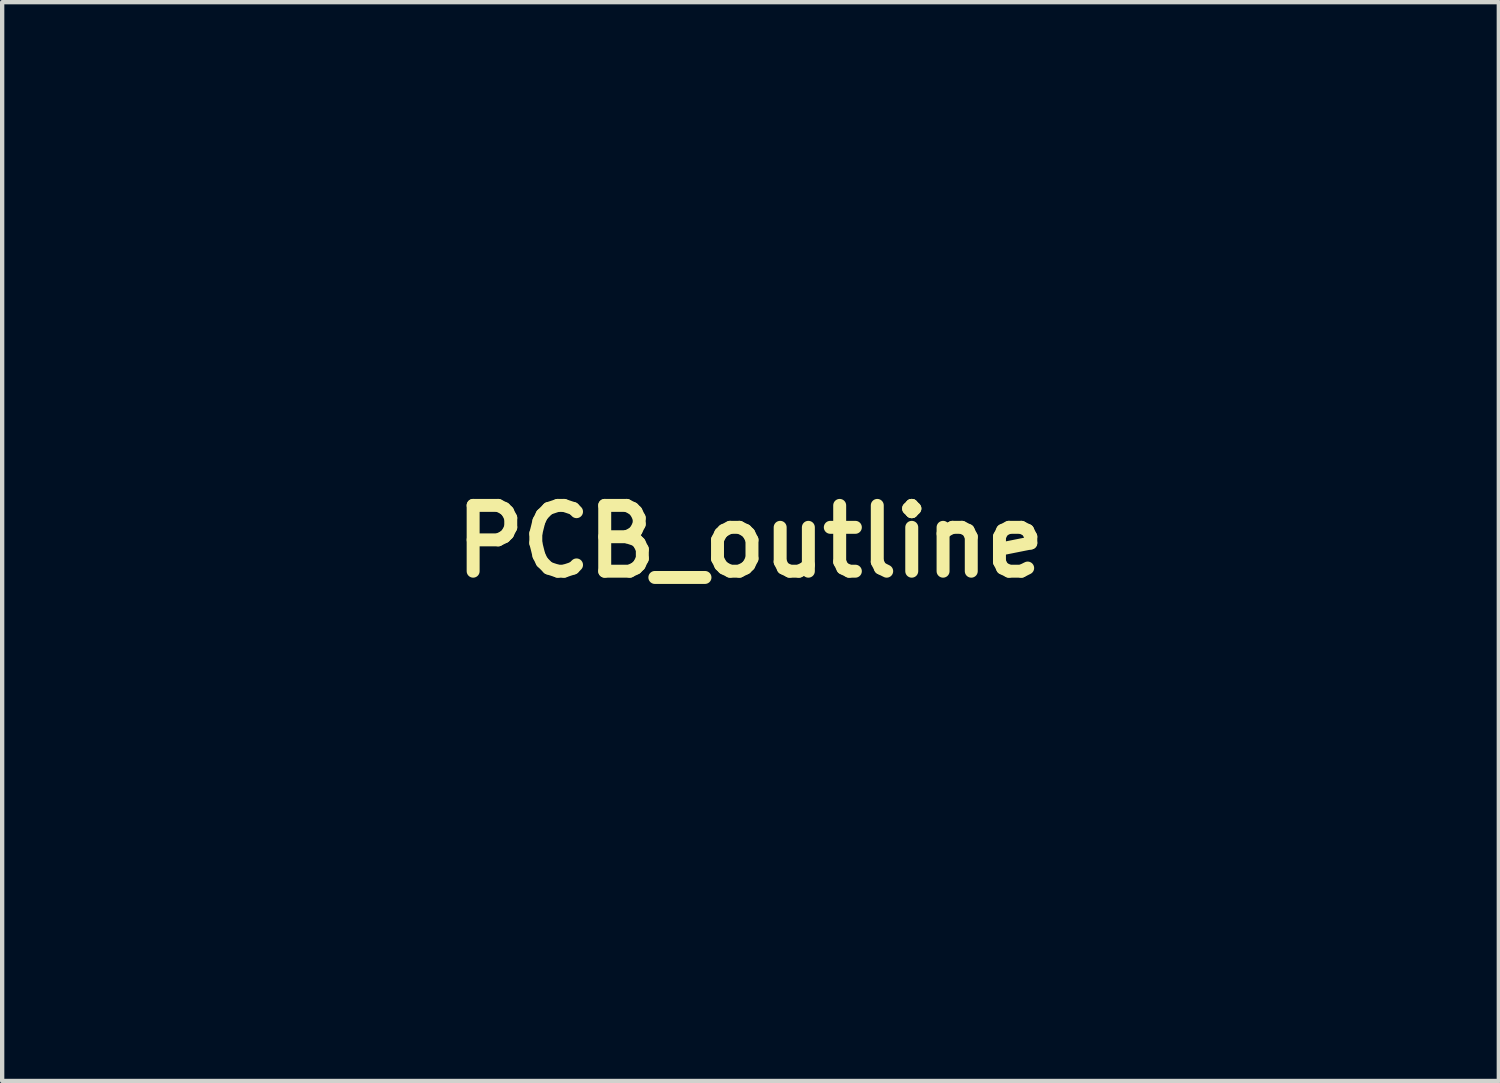
<source format=kicad_pcb>
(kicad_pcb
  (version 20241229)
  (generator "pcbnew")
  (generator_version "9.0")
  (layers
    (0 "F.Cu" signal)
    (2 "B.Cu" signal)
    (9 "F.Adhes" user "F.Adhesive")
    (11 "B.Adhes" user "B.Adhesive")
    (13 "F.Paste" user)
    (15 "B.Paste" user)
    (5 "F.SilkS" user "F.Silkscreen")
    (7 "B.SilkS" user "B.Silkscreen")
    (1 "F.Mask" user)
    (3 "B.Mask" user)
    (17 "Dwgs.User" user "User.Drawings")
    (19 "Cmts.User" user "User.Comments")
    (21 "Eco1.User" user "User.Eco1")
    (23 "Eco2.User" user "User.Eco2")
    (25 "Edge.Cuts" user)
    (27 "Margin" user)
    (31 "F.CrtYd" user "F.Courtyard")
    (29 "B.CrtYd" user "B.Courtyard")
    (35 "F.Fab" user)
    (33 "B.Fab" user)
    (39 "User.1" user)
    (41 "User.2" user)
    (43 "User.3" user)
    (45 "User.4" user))
  (footprint "PCB_outline"
    (layer "F.Cu")
    (at 14.333 9.492)
    (property "Reference" "PCB_outline" (at 0 0 0) (layer "F.SilkS") (effects (font (size 1.524 1.524) (thickness 0.3))))
    (attr board_only exclude_from_pos_files exclude_from_bom)
    (fp_poly (pts (xy -7.105 -9.442) (xy -6.944 -9.439) (xy -6.783 -9.433) (xy -6.627 -9.424) (xy -6.495 -9.413) (xy -6.414 -9.405) (xy -6.326 -9.395) (xy -6.232 -9.383) (xy -6.136 -9.37) (xy -6.041 -9.356) (xy -5.951 -9.342) (xy -5.868 -9.328) (xy -5.795 -9.314) (xy -5.746 -9.304) (xy -5.726 -9.299) (xy -5.694 -9.292) (xy -5.653 -9.283) (xy -5.606 -9.272) (xy -5.564 -9.263) (xy -5.394 -9.222) (xy -5.215 -9.174) (xy -5.033 -9.12) (xy -4.851 -9.061) (xy -4.675 -8.998) (xy -4.658 -8.992) (xy -4.613 -8.975) (xy -4.571 -8.959) (xy -4.537 -8.946) (xy -4.513 -8.936) (xy -4.502 -8.932) (xy -4.49 -8.926) (xy -4.465 -8.916) (xy -4.431 -8.901) (xy -4.39 -8.884) (xy -4.348 -8.866) (xy -4.131 -8.769) (xy -3.909 -8.66) (xy -3.687 -8.541) (xy -3.469 -8.415) (xy -3.259 -8.283) (xy -3.205 -8.248) (xy -2.929 -8.054) (xy -2.663 -7.848) (xy -2.408 -7.63) (xy -2.164 -7.401) (xy -1.931 -7.161) (xy -1.71 -6.911) (xy -1.502 -6.651) (xy -1.305 -6.382) (xy -1.121 -6.104) (xy -0.951 -5.817) (xy -0.793 -5.523) (xy -0.65 -5.222) (xy -0.521 -4.913) (xy -0.406 -4.598) (xy -0.306 -4.277) (xy -0.264 -4.121) (xy -0.221 -3.959) (xy 2.189 -2.985) (xy 4.599 -2.011) (xy 7.578 -2.008) (xy 7.841 -2.008) (xy 8.088 -2.007) (xy 8.32 -2.007) (xy 8.537 -2.007) (xy 8.74 -2.007) (xy 8.93 -2.006) (xy 9.106 -2.006) (xy 9.269 -2.006) (xy 9.42 -2.005) (xy 9.559 -2.005) (xy 9.687 -2.005) (xy 9.804 -2.004) (xy 9.91 -2.004) (xy 10.007 -2.004) (xy 10.095 -2.003) (xy 10.173 -2.003) (xy 10.244 -2.002) (xy 10.306 -2.002) (xy 10.361 -2.001) (xy 10.409 -2.001) (xy 10.451 -2) (xy 10.487 -1.999) (xy 10.517 -1.998) (xy 10.542 -1.998) (xy 10.563 -1.997) (xy 10.58 -1.996) (xy 10.594 -1.995) (xy 10.604 -1.994) (xy 10.612 -1.993) (xy 10.617 -1.992) (xy 10.746 -1.961) (xy 10.862 -1.924) (xy 10.968 -1.88) (xy 11.065 -1.828) (xy 11.157 -1.766) (xy 11.246 -1.694) (xy 11.319 -1.625) (xy 11.416 -1.518) (xy 11.498 -1.407) (xy 11.567 -1.29) (xy 11.621 -1.166) (xy 11.664 -1.034) (xy 11.667 -1.021) (xy 11.676 -0.983) (xy 11.684 -0.945) (xy 11.69 -0.907) (xy 11.694 -0.865) (xy 11.698 -0.819) (xy 11.7 -0.765) (xy 11.702 -0.701) (xy 11.703 -0.626) (xy 11.703 -0.537) (xy 11.703 -0.53) (xy 11.703 -0.252) (xy 11.811 -0.186) (xy 12.045 -0.032) (xy 12.272 0.135) (xy 12.491 0.315) (xy 12.699 0.505) (xy 12.895 0.705) (xy 13.078 0.912) (xy 13.255 1.137) (xy 13.419 1.371) (xy 13.571 1.614) (xy 13.708 1.865) (xy 13.832 2.122) (xy 13.942 2.385) (xy 14.037 2.653) (xy 14.116 2.925) (xy 14.159 3.101) (xy 14.215 3.39) (xy 14.255 3.678) (xy 14.279 3.967) (xy 14.287 4.255) (xy 14.278 4.544) (xy 14.254 4.831) (xy 14.228 5.026) (xy 14.177 5.31) (xy 14.11 5.59) (xy 14.028 5.864) (xy 13.932 6.133) (xy 13.822 6.395) (xy 13.697 6.65) (xy 13.559 6.898) (xy 13.408 7.138) (xy 13.244 7.369) (xy 13.067 7.592) (xy 12.878 7.804) (xy 12.678 8.007) (xy 12.466 8.199) (xy 12.242 8.38) (xy 12.008 8.549) (xy 11.914 8.611) (xy 11.667 8.762) (xy 11.413 8.899) (xy 11.152 9.02) (xy 10.885 9.127) (xy 10.611 9.219) (xy 10.331 9.296) (xy 10.045 9.358) (xy 9.753 9.405) (xy 9.584 9.426) (xy 9.528 9.43) (xy 9.46 9.435) (xy 9.383 9.439) (xy 9.298 9.442) (xy 9.211 9.445) (xy 9.123 9.446) (xy 9.039 9.448) (xy 8.961 9.448) (xy 8.893 9.447) (xy 8.842 9.445) (xy 8.553 9.423) (xy 8.266 9.385) (xy 7.982 9.331) (xy 7.702 9.262) (xy 7.427 9.179) (xy 7.181 9.089) (xy 6.914 8.975) (xy 6.655 8.848) (xy 6.404 8.706) (xy 6.162 8.552) (xy 5.929 8.384) (xy 5.706 8.204) (xy 5.494 8.012) (xy 5.291 7.809) (xy 5.1 7.594) (xy 4.921 7.368) (xy 4.754 7.132) (xy 4.66 6.986) (xy 4.592 6.877) (xy 4.469 6.827) (xy 7.692 6.827) (xy 7.696 6.902) (xy 7.714 6.975) (xy 7.747 7.044) (xy 7.793 7.107) (xy 7.818 7.132) (xy 7.879 7.179) (xy 7.948 7.212) (xy 8.021 7.232) (xy 8.095 7.238) (xy 8.17 7.228) (xy 8.191 7.222) (xy 8.267 7.191) (xy 8.332 7.148) (xy 8.386 7.093) (xy 8.429 7.027) (xy 8.46 6.95) (xy 8.466 6.928) (xy 8.476 6.86) (xy 8.475 6.843) (xy 9.694 6.843) (xy 9.698 6.911) (xy 9.712 6.975) (xy 9.735 7.032) (xy 9.746 7.05) (xy 9.775 7.089) (xy 9.811 7.127) (xy 9.85 7.161) (xy 9.886 7.185) (xy 9.896 7.19) (xy 9.972 7.219) (xy 10.043 7.235) (xy 10.111 7.237) (xy 10.178 7.226) (xy 10.178 7.226) (xy 10.254 7.198) (xy 10.32 7.157) (xy 10.351 7.13) (xy 10.404 7.07) (xy 10.442 7.007) (xy 10.465 6.938) (xy 10.474 6.863) (xy 10.475 6.844) (xy 10.468 6.768) (xy 10.449 6.699) (xy 10.415 6.635) (xy 10.387 6.598) (xy 10.329 6.541) (xy 10.264 6.497) (xy 10.194 6.468) (xy 10.121 6.454) (xy 10.045 6.454) (xy 9.97 6.47) (xy 9.896 6.5) (xy 9.879 6.51) (xy 9.857 6.525) (xy 9.831 6.547) (xy 9.803 6.573) (xy 9.778 6.599) (xy 9.758 6.622) (xy 9.747 6.638) (xy 9.738 6.656) (xy 9.735 6.662) (xy 9.712 6.715) (xy 9.698 6.777) (xy 9.694 6.843) (xy 8.475 6.843) (xy 8.471 6.789) (xy 8.453 6.717) (xy 8.423 6.65) (xy 8.408 6.625) (xy 8.361 6.569) (xy 8.304 6.522) (xy 8.238 6.486) (xy 8.168 6.462) (xy 8.095 6.452) (xy 8.083 6.452) (xy 8.014 6.459) (xy 7.945 6.479) (xy 7.879 6.511) (xy 7.821 6.552) (xy 7.774 6.602) (xy 7.767 6.61) (xy 7.727 6.679) (xy 7.702 6.752) (xy 7.692 6.827) (xy 4.469 6.827) (xy 0.645 5.282) (xy 0.402 5.184) (xy 0.163 5.087) (xy -0.072 4.993) (xy -0.303 4.9) (xy -0.507 4.817) (xy 5.693 4.817) (xy 5.694 4.895) (xy 5.711 4.969) (xy 5.743 5.038) (xy 5.791 5.102) (xy 5.81 5.122) (xy 5.855 5.162) (xy 5.9 5.192) (xy 5.951 5.214) (xy 6.01 5.231) (xy 6.073 5.243) (xy 6.084 5.242) (xy 6.106 5.239) (xy 6.135 5.235) (xy 6.138 5.235) (xy 6.213 5.216) (xy 6.282 5.183) (xy 6.343 5.139) (xy 6.394 5.085) (xy 6.434 5.022) (xy 6.461 4.952) (xy 6.474 4.877) (xy 6.476 4.848) (xy 6.475 4.846) (xy 7.691 4.846) (xy 7.699 4.923) (xy 7.721 4.996) (xy 7.757 5.062) (xy 7.804 5.12) (xy 7.861 5.168) (xy 7.928 5.205) (xy 8.002 5.23) (xy 8.016 5.232) (xy 8.048 5.238) (xy 8.07 5.241) (xy 8.088 5.242) (xy 8.107 5.24) (xy 8.134 5.235) (xy 8.15 5.232) (xy 8.221 5.213) (xy 8.281 5.184) (xy 8.336 5.143) (xy 8.343 5.138) (xy 8.398 5.077) (xy 8.438 5.009) (xy 8.465 4.933) (xy 8.474 4.876) (xy 8.474 4.813) (xy 9.694 4.813) (xy 9.695 4.886) (xy 9.708 4.959) (xy 9.733 5.027) (xy 9.735 5.03) (xy 9.768 5.081) (xy 9.813 5.129) (xy 9.868 5.17) (xy 9.928 5.204) (xy 9.991 5.227) (xy 10.012 5.232) (xy 10.044 5.239) (xy 10.067 5.242) (xy 10.086 5.242) (xy 10.108 5.24) (xy 10.138 5.235) (xy 10.138 5.235) (xy 10.213 5.214) (xy 10.283 5.181) (xy 10.344 5.136) (xy 10.395 5.082) (xy 10.408 5.063) (xy 10.446 4.992) (xy 10.469 4.918) (xy 10.476 4.843) (xy 10.476 4.835) (xy 11.691 4.835) (xy 11.694 4.899) (xy 11.706 4.957) (xy 11.71 4.972) (xy 11.745 5.045) (xy 11.793 5.109) (xy 11.852 5.162) (xy 11.923 5.204) (xy 11.95 5.216) (xy 11.966 5.221) (xy 11.993 5.227) (xy 12.023 5.234) (xy 12.052 5.239) (xy 12.073 5.243) (xy 12.075 5.243) (xy 12.089 5.242) (xy 12.113 5.239) (xy 12.14 5.235) (xy 12.216 5.214) (xy 12.284 5.181) (xy 12.344 5.135) (xy 12.395 5.08) (xy 12.434 5.017) (xy 12.46 4.946) (xy 12.472 4.871) (xy 12.473 4.847) (xy 12.466 4.767) (xy 12.443 4.692) (xy 12.406 4.624) (xy 12.377 4.586) (xy 12.346 4.557) (xy 12.307 4.527) (xy 12.266 4.5) (xy 12.227 4.48) (xy 12.214 4.475) (xy 12.138 4.457) (xy 12.062 4.454) (xy 11.987 4.466) (xy 11.916 4.492) (xy 11.851 4.531) (xy 11.804 4.572) (xy 11.775 4.604) (xy 11.754 4.63) (xy 11.738 4.654) (xy 11.725 4.681) (xy 11.711 4.717) (xy 11.711 4.717) (xy 11.697 4.772) (xy 11.691 4.835) (xy 10.476 4.835) (xy 10.469 4.769) (xy 10.447 4.697) (xy 10.409 4.629) (xy 10.373 4.584) (xy 10.314 4.53) (xy 10.25 4.491) (xy 10.179 4.466) (xy 10.1 4.456) (xy 10.082 4.456) (xy 10.003 4.463) (xy 9.929 4.485) (xy 9.863 4.521) (xy 9.805 4.568) (xy 9.757 4.626) (xy 9.721 4.694) (xy 9.705 4.744) (xy 9.694 4.813) (xy 8.474 4.813) (xy 8.474 4.804) (xy 8.458 4.733) (xy 8.43 4.665) (xy 8.39 4.603) (xy 8.339 4.55) (xy 8.28 4.507) (xy 8.219 4.478) (xy 8.14 4.458) (xy 8.063 4.454) (xy 7.986 4.467) (xy 7.911 4.495) (xy 7.845 4.536) (xy 7.789 4.588) (xy 7.745 4.65) (xy 7.713 4.719) (xy 7.695 4.793) (xy 7.691 4.846) (xy 6.475 4.846) (xy 6.468 4.768) (xy 6.446 4.693) (xy 6.409 4.626) (xy 6.359 4.568) (xy 6.3 4.521) (xy 6.228 4.482) (xy 6.153 4.46) (xy 6.077 4.454) (xy 6 4.463) (xy 5.924 4.489) (xy 5.912 4.494) (xy 5.845 4.535) (xy 5.789 4.587) (xy 5.744 4.649) (xy 5.713 4.719) (xy 5.695 4.796) (xy 5.693 4.817) (xy -0.507 4.817) (xy -0.528 4.809) (xy -0.747 4.72) (xy -0.961 4.634) (xy -1.169 4.55) (xy -1.369 4.469) (xy -1.562 4.391) (xy -1.748 4.316) (xy -1.919 4.247) (xy 8.988 4.247) (xy 8.995 4.275) (xy 9.012 4.304) (xy 9.036 4.326) (xy 9.047 4.332) (xy 9.071 4.341) (xy 9.089 4.342) (xy 9.109 4.335) (xy 9.131 4.324) (xy 9.154 4.307) (xy 9.167 4.29) (xy 9.171 4.275) (xy 9.173 4.232) (xy 9.161 4.196) (xy 9.137 4.17) (xy 9.1 4.154) (xy 9.071 4.154) (xy 9.041 4.166) (xy 9.014 4.188) (xy 8.996 4.216) (xy 8.988 4.246) (xy 8.988 4.247) (xy -1.919 4.247) (xy -1.925 4.245) (xy -2.094 4.176) (xy -2.254 4.112) (xy -2.404 4.051) (xy -2.544 3.995) (xy -2.674 3.942) (xy -2.793 3.894) (xy -2.901 3.851) (xy -2.998 3.812) (xy -3.082 3.778) (xy -3.153 3.75) (xy -3.212 3.726) (xy -3.257 3.708) (xy -3.289 3.695) (xy -3.306 3.689) (xy -3.309 3.688) (xy -3.317 3.692) (xy -3.337 3.703) (xy -3.366 3.72) (xy -3.402 3.741) (xy -3.439 3.764) (xy -3.734 3.934) (xy -4.035 4.09) (xy -4.342 4.231) (xy -4.655 4.357) (xy -4.974 4.468) (xy -5.298 4.564) (xy -5.626 4.644) (xy -5.96 4.709) (xy -6.298 4.759) (xy -6.64 4.792) (xy -6.724 4.798) (xy -6.785 4.801) (xy -6.859 4.804) (xy -6.944 4.805) (xy -7.037 4.806) (xy -7.136 4.805) (xy -7.237 4.805) (xy -7.34 4.803) (xy -7.44 4.801) (xy -7.536 4.798) (xy -7.625 4.795) (xy -7.705 4.791) (xy -7.772 4.787) (xy -7.813 4.783) (xy -8.159 4.741) (xy -8.498 4.684) (xy -8.833 4.612) (xy -9.161 4.524) (xy -9.483 4.422) (xy -9.8 4.305) (xy -10.11 4.173) (xy -10.413 4.025) (xy -10.71 3.864) (xy -11.001 3.687) (xy -11.116 3.612) (xy -11.163 3.58) (xy -11.218 3.542) (xy -11.275 3.502) (xy -11.334 3.46) (xy -11.39 3.42) (xy -11.441 3.382) (xy -11.485 3.35) (xy -11.517 3.326) (xy -11.54 3.307) (xy -11.571 3.282) (xy -11.606 3.253) (xy -11.644 3.223) (xy -11.682 3.192) (xy -11.717 3.164) (xy -11.747 3.139) (xy -11.769 3.121) (xy -11.78 3.111) (xy -11.915 2.991) (xy -12.039 2.877) (xy -12.041 2.875) (xy 6.193 2.875) (xy 6.204 2.948) (xy 6.231 3.019) (xy 6.235 3.027) (xy 6.276 3.088) (xy 6.328 3.141) (xy 6.391 3.184) (xy 6.46 3.217) (xy 6.534 3.236) (xy 6.577 3.241) (xy 6.593 3.24) (xy 6.619 3.237) (xy 6.646 3.233) (xy 6.72 3.214) (xy 6.787 3.181) (xy 6.846 3.136) (xy 6.895 3.082) (xy 6.934 3.02) (xy 6.961 2.951) (xy 6.974 2.879) (xy 6.974 2.845) (xy 8.194 2.845) (xy 8.2 2.92) (xy 8.216 2.987) (xy 8.246 3.046) (xy 8.289 3.103) (xy 8.307 3.121) (xy 8.369 3.173) (xy 8.437 3.21) (xy 8.51 3.231) (xy 8.587 3.238) (xy 8.667 3.228) (xy 8.706 3.217) (xy 8.775 3.189) (xy 8.834 3.147) (xy 8.886 3.093) (xy 8.93 3.024) (xy 8.961 2.958) (xy 8.971 2.919) (xy 8.976 2.871) (xy 8.975 2.835) (xy 11.192 2.835) (xy 11.197 2.912) (xy 11.217 2.985) (xy 11.249 3.052) (xy 11.292 3.11) (xy 11.347 3.16) (xy 11.412 3.199) (xy 11.485 3.226) (xy 11.521 3.233) (xy 11.549 3.238) (xy 11.569 3.24) (xy 11.588 3.24) (xy 11.61 3.238) (xy 11.641 3.233) (xy 11.714 3.215) (xy 11.78 3.183) (xy 11.842 3.136) (xy 11.858 3.121) (xy 11.885 3.093) (xy 11.906 3.065) (xy 11.925 3.035) (xy 11.943 2.997) (xy 11.963 2.95) (xy 11.971 2.918) (xy 11.975 2.876) (xy 11.974 2.828) (xy 11.969 2.78) (xy 11.961 2.738) (xy 11.955 2.719) (xy 11.919 2.648) (xy 11.873 2.586) (xy 11.818 2.534) (xy 11.756 2.494) (xy 11.688 2.466) (xy 11.616 2.453) (xy 11.543 2.454) (xy 11.527 2.456) (xy 11.453 2.476) (xy 11.385 2.509) (xy 11.324 2.553) (xy 11.273 2.606) (xy 11.233 2.667) (xy 11.206 2.734) (xy 11.202 2.754) (xy 11.192 2.835) (xy 8.975 2.835) (xy 8.975 2.818) (xy 8.969 2.767) (xy 8.957 2.723) (xy 8.956 2.719) (xy 8.921 2.648) (xy 8.875 2.586) (xy 8.82 2.534) (xy 8.757 2.494) (xy 8.689 2.466) (xy 8.618 2.453) (xy 8.544 2.454) (xy 8.528 2.456) (xy 8.453 2.477) (xy 8.382 2.511) (xy 8.319 2.558) (xy 8.304 2.572) (xy 8.255 2.63) (xy 8.221 2.693) (xy 8.201 2.761) (xy 8.194 2.838) (xy 8.194 2.845) (xy 6.974 2.845) (xy 6.973 2.803) (xy 6.971 2.79) (xy 6.952 2.712) (xy 6.918 2.643) (xy 6.873 2.583) (xy 6.816 2.532) (xy 6.751 2.492) (xy 6.682 2.466) (xy 6.609 2.453) (xy 6.537 2.455) (xy 6.527 2.456) (xy 6.452 2.476) (xy 6.384 2.509) (xy 6.326 2.553) (xy 6.276 2.606) (xy 6.238 2.666) (xy 6.21 2.733) (xy 6.195 2.803) (xy 6.193 2.875) (xy -12.041 2.875) (xy -12.154 2.767) (xy -12.262 2.659) (xy -12.366 2.551) (xy -12.467 2.44) (xy -12.568 2.324) (xy -12.588 2.302) (xy -12.799 2.042) (xy -12.997 1.772) (xy -13.182 1.494) (xy -13.273 1.342) (xy 0.789 1.342) (xy 0.79 1.397) (xy 0.794 1.439) (xy 0.82 1.574) (xy 0.855 1.696) (xy 0.9 1.809) (xy 0.956 1.912) (xy 1.024 2.008) (xy 1.104 2.098) (xy 1.139 2.132) (xy 1.237 2.215) (xy 1.337 2.284) (xy 1.442 2.34) (xy 1.556 2.384) (xy 1.67 2.415) (xy 1.705 2.423) (xy 1.736 2.429) (xy 1.765 2.433) (xy 1.795 2.435) (xy 1.831 2.436) (xy 1.875 2.436) (xy 1.932 2.435) (xy 1.941 2.435) (xy 2.003 2.433) (xy 2.053 2.43) (xy 2.094 2.426) (xy 2.13 2.42) (xy 2.148 2.415) (xy 2.28 2.376) (xy 2.401 2.326) (xy 2.513 2.263) (xy 2.615 2.188) (xy 2.71 2.099) (xy 2.72 2.089) (xy 2.806 1.985) (xy 2.878 1.874) (xy 2.935 1.757) (xy 2.979 1.635) (xy 3.007 1.508) (xy 3.021 1.378) (xy 3.019 1.247) (xy 3.002 1.115) (xy 2.97 0.983) (xy 2.963 0.962) (xy 2.916 0.846) (xy 2.855 0.735) (xy 2.781 0.632) (xy 2.696 0.537) (xy 2.601 0.452) (xy 2.496 0.378) (xy 2.385 0.317) (xy 2.267 0.269) (xy 2.265 0.269) (xy 2.2 0.248) (xy 2.141 0.233) (xy 2.082 0.223) (xy 2.019 0.217) (xy 1.945 0.213) (xy 1.944 0.213) (xy 1.853 0.213) (xy 1.77 0.218) (xy 1.692 0.23) (xy 1.611 0.249) (xy 1.601 0.252) (xy 1.478 0.294) (xy 1.362 0.351) (xy 1.254 0.42) (xy 1.154 0.501) (xy 1.065 0.594) (xy 0.986 0.695) (xy 0.919 0.806) (xy 0.865 0.924) (xy 0.825 1.048) (xy 0.813 1.098) (xy 0.804 1.154) (xy 0.796 1.216) (xy 0.792 1.28) (xy 0.789 1.342) (xy -13.273 1.342) (xy -13.354 1.206) (xy -13.513 0.911) (xy -13.632 0.662) (xy -8.575 0.662) (xy -8.572 0.736) (xy -8.555 0.809) (xy -8.524 0.879) (xy -8.48 0.943) (xy -8.423 1) (xy -8.413 1.008) (xy -8.369 1.037) (xy -8.318 1.062) (xy -8.255 1.085) (xy -8.226 1.09) (xy -8.187 1.093) (xy -8.143 1.093) (xy -8.1 1.089) (xy -8.062 1.084) (xy -8.056 1.082) (xy -7.997 1.063) (xy -7.948 1.04) (xy -7.904 1.008) (xy -7.888 0.995) (xy -7.865 0.973) (xy -7.846 0.955) (xy -7.836 0.944) (xy -7.835 0.943) (xy -7.824 0.928) (xy -7.819 0.922) (xy -7.809 0.908) (xy -7.795 0.882) (xy -7.78 0.851) (xy -7.766 0.819) (xy -7.755 0.79) (xy -7.75 0.763) (xy -7.746 0.724) (xy -7.745 0.679) (xy -6.572 0.679) (xy -6.569 0.734) (xy -6.561 0.786) (xy -6.549 0.828) (xy -6.549 0.828) (xy -6.516 0.894) (xy -6.47 0.953) (xy -6.412 1.006) (xy -6.347 1.048) (xy -6.277 1.079) (xy -6.245 1.088) (xy -6.218 1.092) (xy -6.181 1.093) (xy -6.139 1.092) (xy -6.099 1.089) (xy -6.065 1.085) (xy -6.055 1.082) (xy -5.978 1.054) (xy -5.909 1.012) (xy -5.849 0.957) (xy -5.8 0.889) (xy -5.761 0.81) (xy -5.761 0.809) (xy -5.749 0.763) (xy -5.743 0.708) (xy -5.743 0.65) (xy -5.75 0.593) (xy -5.763 0.544) (xy -5.763 0.543) (xy -5.8 0.466) (xy -5.849 0.4) (xy -5.907 0.346) (xy -5.975 0.304) (xy -6.051 0.276) (xy -6.097 0.266) (xy -6.176 0.262) (xy -6.252 0.272) (xy -6.324 0.297) (xy -6.391 0.334) (xy -6.45 0.382) (xy -6.5 0.44) (xy -6.539 0.506) (xy -6.564 0.581) (xy -6.565 0.582) (xy -6.571 0.626) (xy -6.572 0.679) (xy -7.745 0.679) (xy -7.745 0.677) (xy -7.745 0.673) (xy -7.746 0.628) (xy -7.749 0.594) (xy -7.755 0.566) (xy -7.764 0.539) (xy -7.801 0.464) (xy -7.849 0.4) (xy -7.906 0.347) (xy -7.971 0.306) (xy -8.042 0.278) (xy -8.118 0.263) (xy -8.197 0.264) (xy -8.242 0.271) (xy -8.306 0.288) (xy -8.361 0.314) (xy -8.412 0.349) (xy -8.45 0.384) (xy -8.502 0.447) (xy -8.541 0.515) (xy -8.565 0.587) (xy -8.575 0.662) (xy -13.632 0.662) (xy -13.657 0.609) (xy -13.788 0.3) (xy -13.904 -0.014) (xy -13.963 -0.203) (xy 7.521 -0.203) (xy 10.65 -0.203) (xy 10.65 -0.948) (xy 7.521 -0.948) (xy 7.521 -0.203) (xy -13.963 -0.203) (xy -14.005 -0.334) (xy -14.091 -0.658) (xy -14.161 -0.986) (xy -14.195 -1.179) (xy -14.219 -1.334) (xy -14.238 -1.481) (xy -14.254 -1.623) (xy -14.262 -1.718) (xy -11.857 -1.718) (xy -11.314 -1.718) (xy -11.314 -1.998) (xy -10.547 -1.998) (xy -10.543 -1.923) (xy -10.528 -1.856) (xy -10.501 -1.795) (xy -10.474 -1.752) (xy -10.42 -1.69) (xy -10.357 -1.64) (xy -10.287 -1.604) (xy -10.211 -1.582) (xy -10.132 -1.575) (xy -10.05 -1.584) (xy -10.046 -1.585) (xy -9.983 -1.602) (xy -9.929 -1.628) (xy -9.878 -1.665) (xy -9.843 -1.697) (xy -9.79 -1.758) (xy -9.752 -1.821) (xy -9.729 -1.887) (xy -9.718 -1.959) (xy -9.717 -1.989) (xy -9.725 -2.072) (xy -9.747 -2.149) (xy -9.782 -2.218) (xy -9.823 -2.269) (xy -8.153 -2.269) (xy -7.817 -2.269) (xy -7.745 -2.269) (xy -7.678 -2.269) (xy -7.618 -2.268) (xy -7.567 -2.268) (xy -7.526 -2.267) (xy -7.498 -2.266) (xy -7.482 -2.265) (xy -7.481 -2.264) (xy -7.485 -2.255) (xy -7.495 -2.239) (xy -7.497 -2.237) (xy -7.533 -2.173) (xy -7.559 -2.102) (xy -7.573 -2.028) (xy -7.574 -1.954) (xy -7.57 -1.92) (xy -7.561 -1.883) (xy -7.545 -1.839) (xy -7.526 -1.796) (xy -7.506 -1.758) (xy -7.488 -1.731) (xy -7.451 -1.693) (xy -7.406 -1.658) (xy -7.357 -1.627) (xy -7.307 -1.602) (xy -7.261 -1.586) (xy -7.223 -1.58) (xy -7.216 -1.58) (xy -7.211 -1.577) (xy -7.208 -1.569) (xy -7.206 -1.553) (xy -7.205 -1.528) (xy -7.205 -1.491) (xy -7.205 -1.451) (xy -7.205 -1.321) (xy -7.116 -1.321) (xy -7.116 -1.447) (xy -7.116 -1.498) (xy -7.114 -1.535) (xy -7.112 -1.559) (xy -7.109 -1.572) (xy -7.106 -1.576) (xy -7.092 -1.579) (xy -7.07 -1.584) (xy -7.055 -1.588) (xy -6.999 -1.605) (xy -6.95 -1.63) (xy -6.903 -1.665) (xy -6.87 -1.696) (xy -6.841 -1.726) (xy -6.821 -1.748) (xy -6.807 -1.765) (xy -6.797 -1.779) (xy -6.789 -1.795) (xy -6.781 -1.811) (xy -6.755 -1.888) (xy -6.744 -1.967) (xy -6.746 -2.025) (xy -4.6 -2.025) (xy -4.599 -1.945) (xy -4.583 -1.865) (xy -4.557 -1.802) (xy -4.526 -1.751) (xy -4.482 -1.702) (xy -4.432 -1.657) (xy -4.377 -1.623) (xy -4.368 -1.618) (xy -4.295 -1.59) (xy -4.223 -1.576) (xy -4.15 -1.576) (xy -4.097 -1.585) (xy -4.034 -1.602) (xy -3.979 -1.629) (xy -3.927 -1.666) (xy -3.893 -1.697) (xy -3.876 -1.718) (xy -2.999 -1.718) (xy -2.456 -1.718) (xy -2.456 -2.91) (xy -2.999 -2.91) (xy -2.999 -1.718) (xy -3.876 -1.718) (xy -3.84 -1.761) (xy -3.801 -1.829) (xy -3.778 -1.902) (xy -3.77 -1.983) (xy -3.771 -2.025) (xy -3.784 -2.103) (xy -3.812 -2.176) (xy -3.852 -2.242) (xy -3.905 -2.299) (xy -3.968 -2.346) (xy -4.04 -2.381) (xy -4.12 -2.405) (xy -4.133 -2.407) (xy -4.197 -2.41) (xy -4.265 -2.401) (xy -4.333 -2.38) (xy -4.397 -2.349) (xy -4.453 -2.309) (xy -4.471 -2.292) (xy -4.498 -2.264) (xy -4.517 -2.244) (xy -4.529 -2.229) (xy -4.539 -2.214) (xy -4.548 -2.197) (xy -4.553 -2.188) (xy -4.584 -2.106) (xy -4.6 -2.025) (xy -6.746 -2.025) (xy -6.746 -2.046) (xy -6.763 -2.123) (xy -6.793 -2.193) (xy -6.808 -2.217) (xy -6.839 -2.265) (xy -6.168 -2.269) (xy -6.168 -2.358) (xy -6.564 -2.358) (xy -6.654 -2.358) (xy -6.73 -2.359) (xy -6.792 -2.359) (xy -6.843 -2.359) (xy -6.883 -2.36) (xy -6.915 -2.361) (xy -6.939 -2.362) (xy -6.957 -2.364) (xy -6.971 -2.366) (xy -6.982 -2.369) (xy -6.991 -2.373) (xy -6.999 -2.376) (xy -7.031 -2.389) (xy -7.064 -2.4) (xy -7.075 -2.403) (xy -7.112 -2.412) (xy -7.114 -2.859) (xy -7.116 -3.307) (xy -7.205 -3.307) (xy -7.205 -2.409) (xy -7.237 -2.404) (xy -7.263 -2.398) (xy -7.295 -2.387) (xy -7.315 -2.379) (xy -7.361 -2.358) (xy -8.153 -2.358) (xy -8.153 -2.269) (xy -9.823 -2.269) (xy -9.83 -2.278) (xy -9.889 -2.329) (xy -9.959 -2.369) (xy -10.039 -2.398) (xy -10.081 -2.407) (xy -10.147 -2.411) (xy -10.216 -2.401) (xy -10.285 -2.378) (xy -10.35 -2.344) (xy -10.41 -2.3) (xy -10.46 -2.247) (xy -10.482 -2.218) (xy -10.513 -2.164) (xy -10.534 -2.11) (xy -10.544 -2.052) (xy -10.547 -1.998) (xy -11.314 -1.998) (xy -11.314 -2.91) (xy -11.857 -2.91) (xy -11.857 -1.718) (xy -14.262 -1.718) (xy -14.266 -1.763) (xy -14.274 -1.906) (xy -14.28 -2.056) (xy -14.283 -2.216) (xy -14.283 -2.306) (xy -14.283 -2.419) (xy -14.282 -2.519) (xy -14.28 -2.609) (xy -14.277 -2.694) (xy -14.272 -2.776) (xy -14.266 -2.859) (xy -14.259 -2.946) (xy -14.249 -3.041) (xy -14.244 -3.094) (xy -14.199 -3.428) (xy -14.139 -3.759) (xy -14.109 -3.89) (xy -10.158 -3.89) (xy -10.157 -3.847) (xy -10.155 -3.814) (xy -10.149 -3.787) (xy -10.14 -3.76) (xy -10.139 -3.757) (xy -10.101 -3.68) (xy -10.053 -3.613) (xy -9.994 -3.559) (xy -9.926 -3.516) (xy -9.851 -3.488) (xy -9.807 -3.478) (xy -9.775 -3.473) (xy -9.752 -3.471) (xy -9.733 -3.471) (xy -9.71 -3.473) (xy -9.685 -3.477) (xy -9.638 -3.486) (xy -9.6 -3.498) (xy -9.564 -3.514) (xy -9.525 -3.536) (xy -9.467 -3.58) (xy -9.415 -3.635) (xy -9.375 -3.696) (xy -9.37 -3.705) (xy -9.348 -3.756) (xy -9.335 -3.805) (xy -9.329 -3.859) (xy -9.329 -3.888) (xy -9.334 -3.966) (xy -9.351 -4.035) (xy -9.382 -4.098) (xy -9.426 -4.158) (xy -9.453 -4.187) (xy -9.505 -4.232) (xy -9.557 -4.265) (xy -9.614 -4.288) (xy -9.682 -4.303) (xy -9.686 -4.303) (xy -9.764 -4.308) (xy -9.841 -4.296) (xy -9.914 -4.271) (xy -9.981 -4.233) (xy -10.041 -4.182) (xy -10.09 -4.12) (xy -10.093 -4.116) (xy -10.123 -4.063) (xy -10.143 -4.014) (xy -10.154 -3.962) (xy -10.158 -3.903) (xy -10.158 -3.89) (xy -14.109 -3.89) (xy -14.064 -4.086) (xy -13.991 -4.345) (xy -7.573 -4.345) (xy -7.573 -4.282) (xy -7.565 -4.223) (xy -7.555 -4.186) (xy -7.519 -4.111) (xy -7.471 -4.045) (xy -7.412 -3.99) (xy -7.343 -3.948) (xy -7.267 -3.918) (xy -7.217 -3.907) (xy -7.187 -3.902) (xy -7.165 -3.9) (xy -7.145 -3.9) (xy -7.131 -3.902) (xy -4.991 -3.902) (xy -4.987 -3.828) (xy -4.97 -3.757) (xy -4.94 -3.689) (xy -4.897 -3.627) (xy -4.843 -3.572) (xy -4.786 -3.533) (xy -4.712 -3.498) (xy -4.638 -3.478) (xy -4.563 -3.474) (xy -4.484 -3.485) (xy -4.448 -3.494) (xy -4.379 -3.522) (xy -4.316 -3.563) (xy -4.263 -3.615) (xy -4.219 -3.676) (xy -4.186 -3.744) (xy -4.165 -3.816) (xy -4.158 -3.892) (xy -4.165 -3.968) (xy -4.17 -3.992) (xy -4.196 -4.065) (xy -4.234 -4.13) (xy -4.275 -4.179) (xy -4.338 -4.233) (xy -4.407 -4.272) (xy -4.482 -4.297) (xy -4.563 -4.306) (xy -4.575 -4.306) (xy -4.658 -4.299) (xy -4.734 -4.277) (xy -4.803 -4.239) (xy -4.866 -4.187) (xy -4.873 -4.18) (xy -4.924 -4.117) (xy -4.96 -4.048) (xy -4.982 -3.976) (xy -4.991 -3.902) (xy -7.131 -3.902) (xy -7.12 -3.904) (xy -7.1 -3.907) (xy -7.053 -3.916) (xy -7.016 -3.926) (xy -6.982 -3.942) (xy -6.943 -3.964) (xy -6.936 -3.969) (xy -6.87 -4.021) (xy -6.818 -4.082) (xy -6.779 -4.151) (xy -6.753 -4.228) (xy -6.743 -4.31) (xy -6.743 -4.324) (xy -6.751 -4.403) (xy -6.773 -4.478) (xy -6.808 -4.545) (xy -6.854 -4.605) (xy -6.911 -4.655) (xy -6.976 -4.694) (xy -7.049 -4.721) (xy -7.127 -4.735) (xy -7.16 -4.736) (xy -7.242 -4.728) (xy -7.319 -4.706) (xy -7.388 -4.67) (xy -7.448 -4.621) (xy -7.5 -4.559) (xy -7.541 -4.486) (xy -7.553 -4.458) (xy -7.566 -4.406) (xy -7.573 -4.345) (xy -13.991 -4.345) (xy -13.973 -4.407) (xy -13.868 -4.723) (xy -13.748 -5.034) (xy -13.615 -5.338) (xy -13.467 -5.635) (xy -13.305 -5.925) (xy -13.13 -6.207) (xy -12.942 -6.481) (xy -12.742 -6.746) (xy -12.528 -7.003) (xy -12.303 -7.249) (xy -12.065 -7.486) (xy -11.815 -7.712) (xy -11.554 -7.926) (xy -11.432 -8.021) (xy -11.157 -8.217) (xy -10.874 -8.399) (xy -10.583 -8.567) (xy -10.284 -8.721) (xy -9.979 -8.861) (xy -9.668 -8.987) (xy -9.351 -9.098) (xy -9.029 -9.193) (xy -8.702 -9.274) (xy -8.371 -9.34) (xy -8.037 -9.389) (xy -7.7 -9.424) (xy -7.549 -9.434) (xy -7.412 -9.44) (xy -7.262 -9.442)) (stroke (width 0.1) (type solid)) (fill no) (layer "Eco1.User")))
  (gr_rect
    (start -3 -3)
    (end 31.67 21.99)
    (stroke (width 0.1) (type default))
    (fill no)
    (layer "Edge.Cuts")))
</source>
